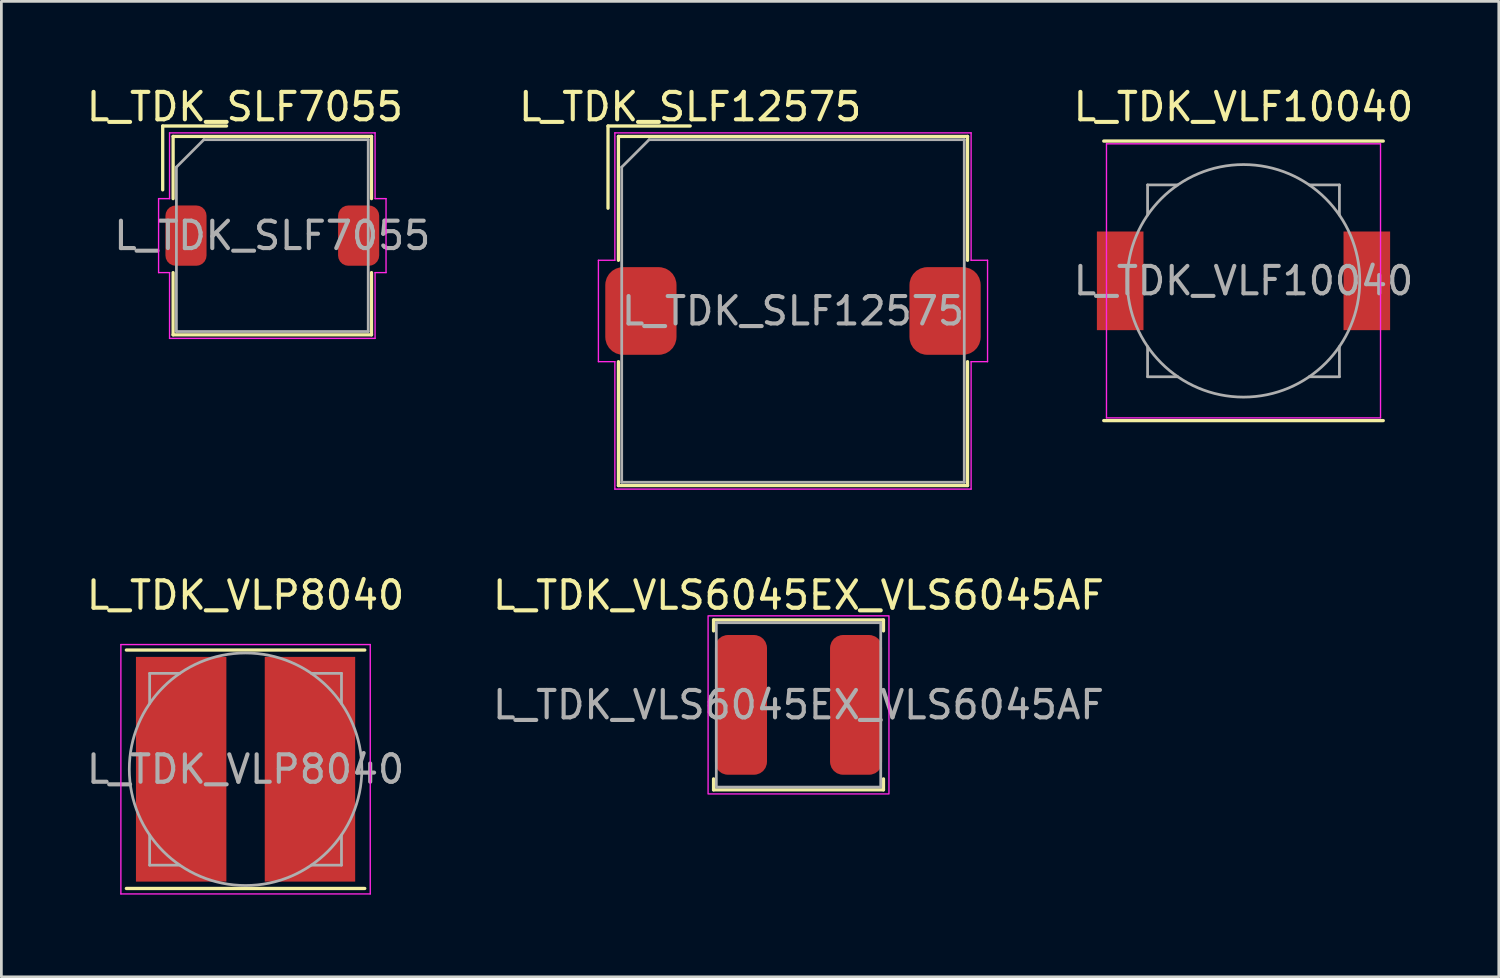
<source format=kicad_pcb>
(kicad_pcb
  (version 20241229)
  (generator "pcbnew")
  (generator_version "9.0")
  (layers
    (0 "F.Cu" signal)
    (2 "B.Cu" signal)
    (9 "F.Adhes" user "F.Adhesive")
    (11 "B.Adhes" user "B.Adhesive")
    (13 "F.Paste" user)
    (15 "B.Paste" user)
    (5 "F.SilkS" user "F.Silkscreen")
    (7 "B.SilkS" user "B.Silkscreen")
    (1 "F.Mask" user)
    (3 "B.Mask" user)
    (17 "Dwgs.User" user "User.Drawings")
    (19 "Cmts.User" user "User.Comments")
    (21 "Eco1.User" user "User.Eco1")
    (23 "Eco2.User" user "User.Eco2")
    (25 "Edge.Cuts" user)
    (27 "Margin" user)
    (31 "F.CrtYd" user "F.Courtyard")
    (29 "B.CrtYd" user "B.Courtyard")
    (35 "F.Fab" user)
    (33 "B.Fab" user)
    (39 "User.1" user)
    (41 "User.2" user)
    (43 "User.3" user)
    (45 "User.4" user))
  (footprint "L_TDK_VLP8040"
    (layer "F.Cu")
    (at 5.911 25.021)
    (property "Reference" "L_TDK_VLP8040" (at 0 -6.35 0) (layer "F.SilkS") (effects (font (size 1 1) (thickness 0.15))))
    (attr smd)
    (fp_line (start -4.35 -4.35) (end 4.35 -4.35) (stroke (width 0.12) (type solid)) (layer "F.SilkS"))
    (fp_line (start -4.35 4.35) (end 4.35 4.35) (stroke (width 0.12) (type solid)) (layer "F.SilkS"))
    (fp_line (start -4.55 -4.55) (end -4.55 4.55) (stroke (width 0.05) (type solid)) (layer "F.CrtYd"))
    (fp_line (start -4.55 4.55) (end 4.55 4.55) (stroke (width 0.05) (type solid)) (layer "F.CrtYd"))
    (fp_line (start 4.55 -4.55) (end -4.55 -4.55) (stroke (width 0.05) (type solid)) (layer "F.CrtYd"))
    (fp_line (start 4.55 4.55) (end 4.55 -4.55) (stroke (width 0.05) (type solid)) (layer "F.CrtYd"))
    (fp_line (start -3.5 -3.5) (end -2.4 -3.5) (stroke (width 0.1) (type solid)) (layer "F.Fab"))
    (fp_line (start -3.5 -2.4) (end -3.5 -3.5) (stroke (width 0.1) (type solid)) (layer "F.Fab"))
    (fp_line (start -3.5 2.4) (end -3.5 3.5) (stroke (width 0.1) (type solid)) (layer "F.Fab"))
    (fp_line (start -3.5 3.5) (end -2.4 3.5) (stroke (width 0.1) (type solid)) (layer "F.Fab"))
    (fp_line (start 3.5 -3.5) (end 2.4 -3.5) (stroke (width 0.1) (type solid)) (layer "F.Fab"))
    (fp_line (start 3.5 -3.5) (end 3.5 -2.4) (stroke (width 0.1) (type solid)) (layer "F.Fab"))
    (fp_line (start 3.5 2.4) (end 3.5 3.5) (stroke (width 0.1) (type solid)) (layer "F.Fab"))
    (fp_line (start 3.5 3.5) (end 2.4 3.5) (stroke (width 0.1) (type solid)) (layer "F.Fab"))
    (fp_circle (center 0 0) (end 3 3) (stroke (width 0.1) (type solid)) (fill no) (layer "F.Fab"))
    (fp_text user "${REFERENCE}" (at 0 0 0) (layer "F.Fab") (effects (font (size 1 1) (thickness 0.15))))
    (pad "1" smd rect (at -2.35 0) (size 3.3 8.2) (layers "F.Cu" "F.Mask" "F.Paste"))
    (pad "2" smd rect (at 2.35 0) (size 3.3 8.2) (layers "F.Cu" "F.Mask" "F.Paste")))
  (footprint "L_TDK_VLF10040"
    (layer "F.Cu")
    (at 42.327 7.198)
    (property "Reference" "L_TDK_VLF10040" (at 0 -6.35 0) (layer "F.SilkS") (effects (font (size 1 1) (thickness 0.15))))
    (attr smd)
    (fp_line (start -5.1 -5.1) (end 5.1 -5.1) (stroke (width 0.12) (type solid)) (layer "F.SilkS"))
    (fp_line (start -5.1 5.1) (end 5.1 5.1) (stroke (width 0.12) (type solid)) (layer "F.SilkS"))
    (fp_line (start -5 -5) (end -5 5) (stroke (width 0.05) (type solid)) (layer "F.CrtYd"))
    (fp_line (start -5 5) (end 5 5) (stroke (width 0.05) (type solid)) (layer "F.CrtYd"))
    (fp_line (start 5 -5) (end -5 -5) (stroke (width 0.05) (type solid)) (layer "F.CrtYd"))
    (fp_line (start 5 5) (end 5 -5) (stroke (width 0.05) (type solid)) (layer "F.CrtYd"))
    (fp_line (start -3.5 -3.5) (end -2.4 -3.5) (stroke (width 0.1) (type solid)) (layer "F.Fab"))
    (fp_line (start -3.5 -2.4) (end -3.5 -3.5) (stroke (width 0.1) (type solid)) (layer "F.Fab"))
    (fp_line (start -3.5 2.4) (end -3.5 3.5) (stroke (width 0.1) (type solid)) (layer "F.Fab"))
    (fp_line (start -3.5 3.5) (end -2.4 3.5) (stroke (width 0.1) (type solid)) (layer "F.Fab"))
    (fp_line (start 3.5 -3.5) (end 2.4 -3.5) (stroke (width 0.1) (type solid)) (layer "F.Fab"))
    (fp_line (start 3.5 -3.5) (end 3.5 -2.4) (stroke (width 0.1) (type solid)) (layer "F.Fab"))
    (fp_line (start 3.5 2.4) (end 3.5 3.5) (stroke (width 0.1) (type solid)) (layer "F.Fab"))
    (fp_line (start 3.5 3.5) (end 2.4 3.5) (stroke (width 0.1) (type solid)) (layer "F.Fab"))
    (fp_circle (center 0 0) (end 3 3) (stroke (width 0.1) (type solid)) (fill no) (layer "F.Fab"))
    (fp_text user "${REFERENCE}" (at 0 0 0) (layer "F.Fab") (effects (font (size 1 1) (thickness 0.15))))
    (pad "1" smd rect (at -4.5 0) (size 1.7 3.6) (layers "F.Cu" "F.Mask" "F.Paste"))
    (pad "2" smd rect (at 4.5 0) (size 1.7 3.6) (layers "F.Cu" "F.Mask" "F.Paste")))
  (footprint "L_TDK_SLF12575"
    (layer "F.Cu")
    (at 25.887 8.298)
    (property "Reference" "L_TDK_SLF12575" (at -3.75 -7.45 0) (layer "F.SilkS") (effects (font (size 1 1) (thickness 0.15))))
    (attr smd)
    (fp_line (start -6.75 -6.75) (end -3.75 -6.75) (stroke (width 0.12) (type solid)) (layer "F.SilkS"))
    (fp_line (start -6.75 -3.75) (end -6.75 -6.75) (stroke (width 0.12) (type solid)) (layer "F.SilkS"))
    (fp_line (start -6.37 -6.37) (end -6.37 -1.85) (stroke (width 0.12) (type solid)) (layer "F.SilkS"))
    (fp_line (start -6.37 -6.37) (end 6.37 -6.37) (stroke (width 0.12) (type solid)) (layer "F.SilkS"))
    (fp_line (start -6.37 1.85) (end -6.37 6.37) (stroke (width 0.12) (type solid)) (layer "F.SilkS"))
    (fp_line (start -6.37 6.37) (end 6.37 6.37) (stroke (width 0.12) (type solid)) (layer "F.SilkS"))
    (fp_line (start 6.37 -6.37) (end 6.37 -1.85) (stroke (width 0.12) (type solid)) (layer "F.SilkS"))
    (fp_line (start 6.37 1.85) (end 6.37 6.37) (stroke (width 0.12) (type solid)) (layer "F.SilkS"))
    (fp_line (start -7.1 -1.85) (end -7.1 1.85) (stroke (width 0.05) (type solid)) (layer "F.CrtYd"))
    (fp_line (start -7.1 1.85) (end -6.5 1.85) (stroke (width 0.05) (type solid)) (layer "F.CrtYd"))
    (fp_line (start -6.5 -6.5) (end -6.5 -1.85) (stroke (width 0.05) (type solid)) (layer "F.CrtYd"))
    (fp_line (start -6.5 -6.5) (end 6.5 -6.5) (stroke (width 0.05) (type solid)) (layer "F.CrtYd"))
    (fp_line (start -6.5 -1.85) (end -7.1 -1.85) (stroke (width 0.05) (type solid)) (layer "F.CrtYd"))
    (fp_line (start -6.5 1.85) (end -6.5 6.5) (stroke (width 0.05) (type solid)) (layer "F.CrtYd"))
    (fp_line (start -6.5 6.5) (end 6.5 6.5) (stroke (width 0.05) (type solid)) (layer "F.CrtYd"))
    (fp_line (start 6.5 -6.5) (end 6.5 -1.85) (stroke (width 0.05) (type solid)) (layer "F.CrtYd"))
    (fp_line (start 6.5 -1.85) (end 7.1 -1.85) (stroke (width 0.05) (type solid)) (layer "F.CrtYd"))
    (fp_line (start 6.5 1.85) (end 6.5 6.5) (stroke (width 0.05) (type solid)) (layer "F.CrtYd"))
    (fp_line (start 7.1 -1.85) (end 7.1 1.85) (stroke (width 0.05) (type solid)) (layer "F.CrtYd"))
    (fp_line (start 7.1 1.85) (end 6.5 1.85) (stroke (width 0.05) (type solid)) (layer "F.CrtYd"))
    (fp_line (start -6.25 -5.25) (end -5.25 -6.25) (stroke (width 0.1) (type solid)) (layer "F.Fab"))
    (fp_line (start -6.25 6.25) (end -6.25 -5.25) (stroke (width 0.1) (type solid)) (layer "F.Fab"))
    (fp_line (start -5.25 -6.25) (end 6.25 -6.25) (stroke (width 0.1) (type solid)) (layer "F.Fab"))
    (fp_line (start 6.25 -6.25) (end 6.25 6.25) (stroke (width 0.1) (type solid)) (layer "F.Fab"))
    (fp_line (start 6.25 6.25) (end -6.25 6.25) (stroke (width 0.1) (type solid)) (layer "F.Fab"))
    (fp_text user "${REFERENCE}" (at 0 0 0) (layer "F.Fab") (effects (font (size 1 1) (thickness 0.15))))
    (pad "1" smd roundrect (at -5.55 0) (size 2.6 3.2) (layers "F.Cu" "F.Mask" "F.Paste") (roundrect_rratio 0.25))
    (pad "2" smd roundrect (at 5.55 0) (size 2.6 3.2) (layers "F.Cu" "F.Mask" "F.Paste") (roundrect_rratio 0.25)))
  (footprint "L_TDK_VLS6045EX_VLS6045AF"
    (layer "F.Cu")
    (at 26.089 22.672)
    (property "Reference" "L_TDK_VLS6045EX_VLS6045AF" (at 0 -4 0) (unlocked yes) (layer "F.SilkS") (effects (font (size 1 1) (thickness 0.15))))
    (attr smd)
    (fp_line (start -3.1 -3.1) (end -3.1 -2.7) (stroke (width 0.12) (type solid)) (layer "F.SilkS"))
    (fp_line (start -3.1 -3.1) (end 3.1 -3.1) (stroke (width 0.12) (type solid)) (layer "F.SilkS"))
    (fp_line (start -3.1 3.1) (end -3.1 2.7) (stroke (width 0.12) (type solid)) (layer "F.SilkS"))
    (fp_line (start -3.1 3.1) (end 3.1 3.1) (stroke (width 0.12) (type solid)) (layer "F.SilkS"))
    (fp_line (start 3.1 -3.1) (end 3.1 -2.7) (stroke (width 0.12) (type solid)) (layer "F.SilkS"))
    (fp_line (start 3.1 3.1) (end 3.1 2.7) (stroke (width 0.12) (type solid)) (layer "F.SilkS"))
    (fp_rect (start -3.3 -3.25) (end 3.3 3.25) (stroke (width 0.05) (type solid)) (fill no) (layer "F.CrtYd"))
    (fp_rect (start -3 -3) (end 3 3) (stroke (width 0.1) (type solid)) (fill no) (layer "F.Fab"))
    (fp_text user "${REFERENCE}" (at 0 0 0) (unlocked yes) (layer "F.Fab") (effects (font (size 1 1) (thickness 0.15))))
    (pad "1" smd roundrect (at -2.1 0) (size 1.9 5.1) (layers "F.Cu" "F.Mask" "F.Paste") (roundrect_rratio 0.25))
    (pad "2" smd roundrect (at 2.1 0) (size 1.9 5.1) (layers "F.Cu" "F.Mask" "F.Paste") (roundrect_rratio 0.25)))
  (footprint "L_TDK_SLF7055"
    (layer "F.Cu")
    (at 6.887 5.548)
    (property "Reference" "L_TDK_SLF7055" (at -1 -4.7 0) (layer "F.SilkS") (effects (font (size 1 1) (thickness 0.15))))
    (attr smd)
    (fp_line (start -4 -4) (end -1.67 -4) (stroke (width 0.12) (type solid)) (layer "F.SilkS"))
    (fp_line (start -4 -1.67) (end -4 -4) (stroke (width 0.12) (type solid)) (layer "F.SilkS"))
    (fp_line (start -3.62 -3.62) (end -3.62 -1.35) (stroke (width 0.12) (type solid)) (layer "F.SilkS"))
    (fp_line (start -3.62 -3.62) (end 3.62 -3.62) (stroke (width 0.12) (type solid)) (layer "F.SilkS"))
    (fp_line (start -3.62 1.35) (end -3.62 3.62) (stroke (width 0.12) (type solid)) (layer "F.SilkS"))
    (fp_line (start -3.62 3.62) (end 3.62 3.62) (stroke (width 0.12) (type solid)) (layer "F.SilkS"))
    (fp_line (start 3.62 -3.62) (end 3.62 -1.35) (stroke (width 0.12) (type solid)) (layer "F.SilkS"))
    (fp_line (start 3.62 1.35) (end 3.62 3.62) (stroke (width 0.12) (type solid)) (layer "F.SilkS"))
    (fp_line (start -4.15 -1.35) (end -4.15 1.35) (stroke (width 0.05) (type solid)) (layer "F.CrtYd"))
    (fp_line (start -4.15 1.35) (end -3.75 1.35) (stroke (width 0.05) (type solid)) (layer "F.CrtYd"))
    (fp_line (start -3.75 -3.75) (end -3.75 -1.35) (stroke (width 0.05) (type solid)) (layer "F.CrtYd"))
    (fp_line (start -3.75 -3.75) (end 3.75 -3.75) (stroke (width 0.05) (type solid)) (layer "F.CrtYd"))
    (fp_line (start -3.75 -1.35) (end -4.15 -1.35) (stroke (width 0.05) (type solid)) (layer "F.CrtYd"))
    (fp_line (start -3.75 1.35) (end -3.75 3.75) (stroke (width 0.05) (type solid)) (layer "F.CrtYd"))
    (fp_line (start -3.75 3.75) (end 3.75 3.75) (stroke (width 0.05) (type solid)) (layer "F.CrtYd"))
    (fp_line (start 3.75 -3.75) (end 3.75 -1.35) (stroke (width 0.05) (type solid)) (layer "F.CrtYd"))
    (fp_line (start 3.75 -1.35) (end 4.15 -1.35) (stroke (width 0.05) (type solid)) (layer "F.CrtYd"))
    (fp_line (start 3.75 1.35) (end 3.75 3.75) (stroke (width 0.05) (type solid)) (layer "F.CrtYd"))
    (fp_line (start 4.15 -1.35) (end 4.15 1.35) (stroke (width 0.05) (type solid)) (layer "F.CrtYd"))
    (fp_line (start 4.15 1.35) (end 3.75 1.35) (stroke (width 0.05) (type solid)) (layer "F.CrtYd"))
    (fp_line (start -3.5 -2.5) (end -2.5 -3.5) (stroke (width 0.1) (type solid)) (layer "F.Fab"))
    (fp_line (start -3.5 3.5) (end -3.5 -2.5) (stroke (width 0.1) (type solid)) (layer "F.Fab"))
    (fp_line (start -2.5 -3.5) (end 3.5 -3.5) (stroke (width 0.1) (type solid)) (layer "F.Fab"))
    (fp_line (start 3.5 -3.5) (end 3.5 3.5) (stroke (width 0.1) (type solid)) (layer "F.Fab"))
    (fp_line (start 3.5 3.5) (end -3.5 3.5) (stroke (width 0.1) (type solid)) (layer "F.Fab"))
    (fp_text user "${REFERENCE}" (at 0 0 0) (layer "F.Fab") (effects (font (size 1 1) (thickness 0.15))))
    (pad "1" smd roundrect (at -3.15 0) (size 1.5 2.2) (layers "F.Cu" "F.Mask" "F.Paste") (roundrect_rratio 0.25))
    (pad "2" smd roundrect (at 3.15 0) (size 1.5 2.2) (layers "F.Cu" "F.Mask" "F.Paste") (roundrect_rratio 0.25)))
  (gr_rect
    (start -3 -3)
    (end 51.643 32.596)
    (stroke (width 0.1) (type default))
    (fill no)
    (layer "Edge.Cuts")))
</source>
